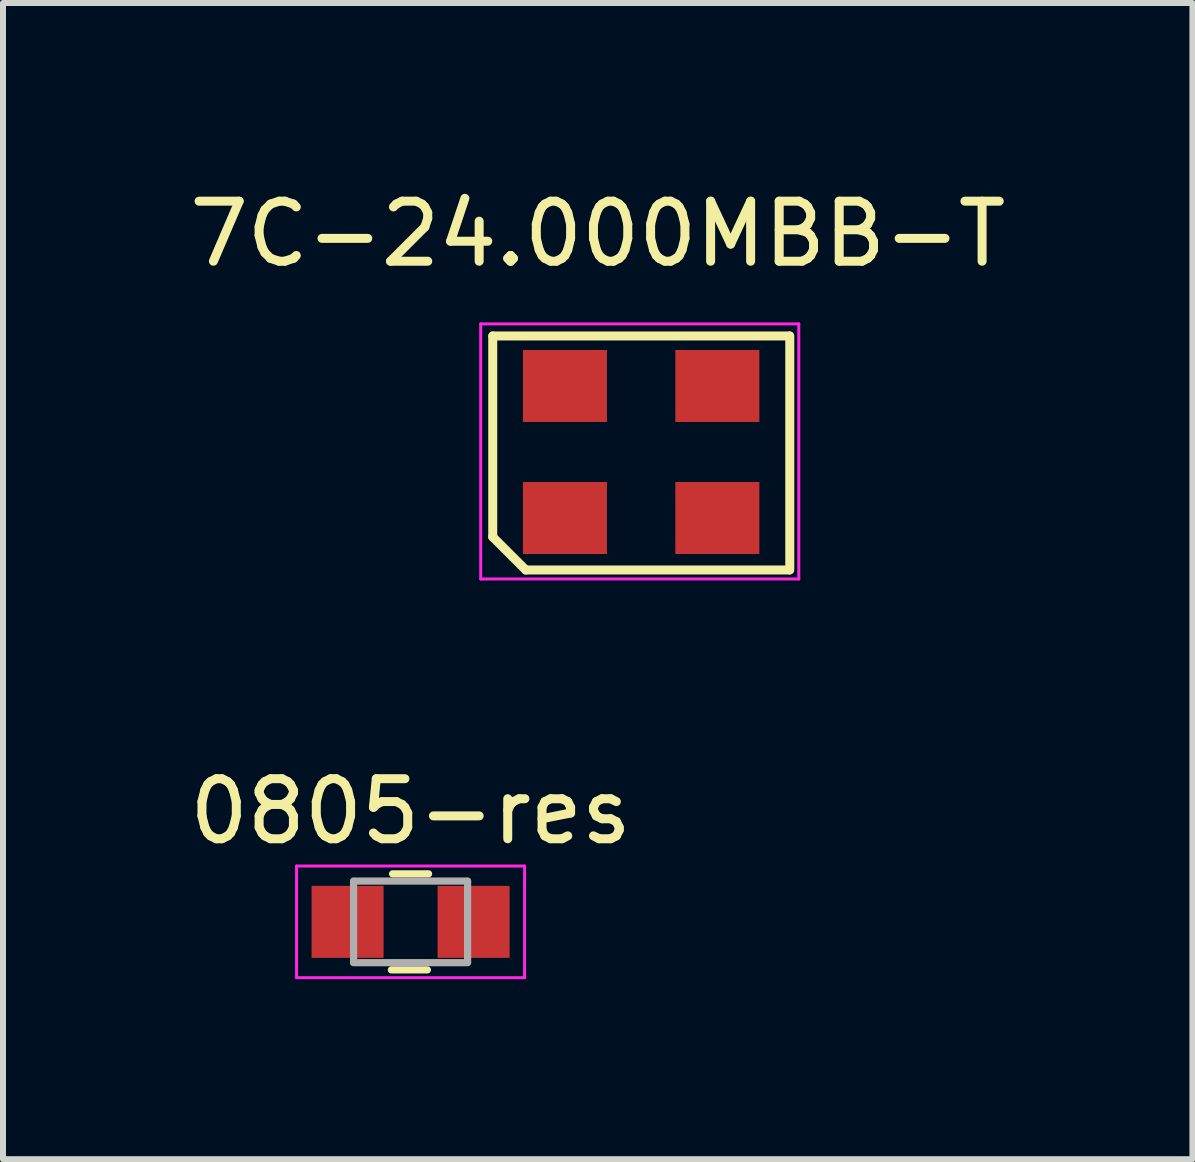
<source format=kicad_pcb>
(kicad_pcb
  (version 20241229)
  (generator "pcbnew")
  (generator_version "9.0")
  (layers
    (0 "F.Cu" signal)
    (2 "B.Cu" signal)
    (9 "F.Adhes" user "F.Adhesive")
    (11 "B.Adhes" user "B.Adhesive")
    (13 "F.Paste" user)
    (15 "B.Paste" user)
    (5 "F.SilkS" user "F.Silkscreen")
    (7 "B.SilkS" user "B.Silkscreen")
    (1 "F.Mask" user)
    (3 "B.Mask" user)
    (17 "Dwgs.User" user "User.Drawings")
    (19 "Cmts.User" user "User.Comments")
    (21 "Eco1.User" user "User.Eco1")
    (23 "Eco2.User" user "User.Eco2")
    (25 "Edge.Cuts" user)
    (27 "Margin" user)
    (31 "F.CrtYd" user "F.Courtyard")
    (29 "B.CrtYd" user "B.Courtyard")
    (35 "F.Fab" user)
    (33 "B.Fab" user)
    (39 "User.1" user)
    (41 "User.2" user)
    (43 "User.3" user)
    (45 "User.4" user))
  (footprint "0805-res"
    (layer "F.Cu")
    (at 3.792 12.312)
    (property "Reference" "0805-res" (at 0 -1.84 0) (layer "F.SilkS") (effects (font (size 1 1) (thickness 0.15))))
    (attr smd)
    (fp_line (start -0.32 0.8) (end 0.28 0.8) (stroke (width 0.12) (type solid)) (layer "F.SilkS"))
    (fp_line (start -0.3 -0.8) (end 0.3 -0.8) (stroke (width 0.12) (type solid)) (layer "F.SilkS"))
    (fp_line (start -1.9 -0.93) (end 1.9 -0.93) (stroke (width 0.05) (type solid)) (layer "F.CrtYd"))
    (fp_line (start -1.9 0.93) (end -1.9 -0.93) (stroke (width 0.05) (type solid)) (layer "F.CrtYd"))
    (fp_line (start -1.9 0.93) (end 1.9 0.93) (stroke (width 0.05) (type solid)) (layer "F.CrtYd"))
    (fp_line (start 1.9 0.93) (end 1.9 -0.93) (stroke (width 0.05) (type solid)) (layer "F.CrtYd"))
    (fp_line (start -0.95 -0.68) (end 0.95 -0.68) (stroke (width 0.12) (type solid)) (layer "F.Fab"))
    (fp_line (start -0.95 -0.675) (end -0.95 0.675) (stroke (width 0.12) (type solid)) (layer "F.Fab"))
    (fp_line (start -0.95 0.68) (end 0.95 0.68) (stroke (width 0.12) (type solid)) (layer "F.Fab"))
    (fp_line (start 0.95 -0.675) (end 0.95 0.675) (stroke (width 0.12) (type solid)) (layer "F.Fab"))
    (pad "1" smd rect (at -1.05 0) (size 1.2 1.2) (layers "F.Cu" "F.Mask" "F.Paste"))
    (pad "2" smd rect (at 1.05 0) (size 1.2 1.2) (layers "F.Cu" "F.Mask" "F.Paste")))
  (footprint "7C-24.000MBB-T"
    (layer "F.Cu")
    (at 7.311 4.698)
    (property "Reference" "7C-24.000MBB-T" (at -0.4 -3.85 180) (layer "F.SilkS") (effects (font (size 1 1) (thickness 0.15))))
    (attr smd)
    (fp_line (start -2.15 1.2) (end -2.15 -2.15) (stroke (width 0.15) (type solid)) (layer "F.SilkS"))
    (fp_line (start -2.147 -2.15) (end 2.793 -2.15) (stroke (width 0.15) (type solid)) (layer "F.SilkS"))
    (fp_line (start -1.6 1.75) (end -2.15 1.2) (stroke (width 0.15) (type solid)) (layer "F.SilkS"))
    (fp_line (start 2.793 1.75) (end -1.6 1.75) (stroke (width 0.15) (type solid)) (layer "F.SilkS"))
    (fp_line (start 2.8 -2.15) (end 2.8 1.75) (stroke (width 0.15) (type solid)) (layer "F.SilkS"))
    (fp_line (start -2.35 -2.35) (end 2.95 -2.35) (stroke (width 0.05) (type solid)) (layer "F.CrtYd"))
    (fp_line (start -2.35 1.9) (end -2.35 -2.35) (stroke (width 0.05) (type solid)) (layer "F.CrtYd"))
    (fp_line (start 2.95 -2.35) (end 2.95 1.9) (stroke (width 0.05) (type solid)) (layer "F.CrtYd"))
    (fp_line (start 2.95 1.9) (end -2.35 1.9) (stroke (width 0.05) (type solid)) (layer "F.CrtYd"))
    (pad "1" smd rect (at -0.947 0.884) (size 1.4 1.2) (layers "F.Cu" "F.Mask" "F.Paste"))
    (pad "2" smd rect (at 1.593 0.884) (size 1.4 1.2) (layers "F.Cu" "F.Mask" "F.Paste"))
    (pad "3" smd rect (at 1.593 -1.316) (size 1.4 1.2) (layers "F.Cu" "F.Mask" "F.Paste"))
    (pad "4" smd rect (at -0.947 -1.316) (size 1.4 1.2) (layers "F.Cu" "F.Mask" "F.Paste")))
  (gr_rect
    (start -3 -3)
    (end 16.821 16.267)
    (stroke (width 0.1) (type default))
    (fill no)
    (layer "Edge.Cuts")))
</source>
